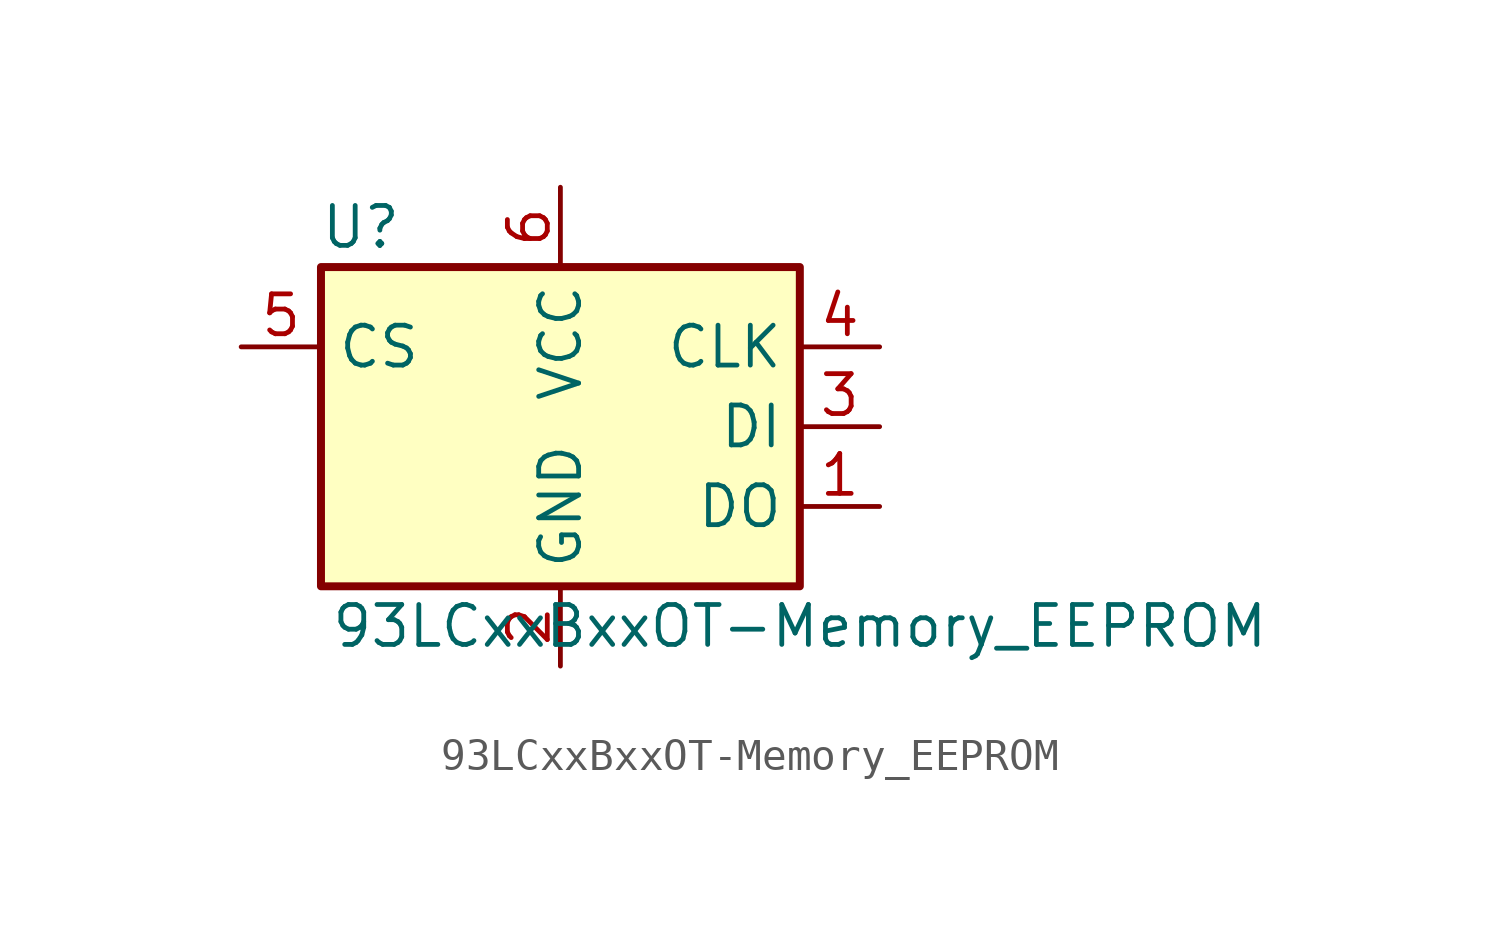
<source format=kicad_sym>
(kicad_symbol_lib
  (version 20220914)
  (generator kicad_symbol_editor)
  (symbol "93LCxxBxxOT-Memory_EEPROM"
    (property "Reference" "U"
      (at -6.35 6.35 0)
      (effects (font (size 1.27 1.27))))
    (property "Value" "93LCxxBxxOT-Memory_EEPROM"
      (at 7.62 -6.35 0)
      (effects (font (size 1.27 1.27))))
    (symbol "93LCxxBxxOT-Memory_EEPROM_0_1"
      (rectangle (start -7.62 5.08) (end 7.62 -5.08) (stroke (width 0.254) (type solid)) (fill (type background))))
    (symbol "93LCxxBxxOT-Memory_EEPROM_1_1"
      (pin tri_state line (at 10.16 -2.54 180) (length 2.54) (name "DO" (effects (font (size 1.27 1.27)))) (number "1" (effects (font (size 1.27 1.27)))))
      (pin power_in line (at 0 -7.62 90) (length 2.54) (name "GND" (effects (font (size 1.27 1.27)))) (number "2" (effects (font (size 1.27 1.27)))))
      (pin input line (at 10.16 0 180) (length 2.54) (name "DI" (effects (font (size 1.27 1.27)))) (number "3" (effects (font (size 1.27 1.27)))))
      (pin input line (at 10.16 2.54 180) (length 2.54) (name "CLK" (effects (font (size 1.27 1.27)))) (number "4" (effects (font (size 1.27 1.27)))))
      (pin input line (at -10.16 2.54 0) (length 2.54) (name "CS" (effects (font (size 1.27 1.27)))) (number "5" (effects (font (size 1.27 1.27)))))
      (pin power_in line (at 0 7.62 270) (length 2.54) (name "VCC" (effects (font (size 1.27 1.27)))) (number "6" (effects (font (size 1.27 1.27))))))))
</source>
